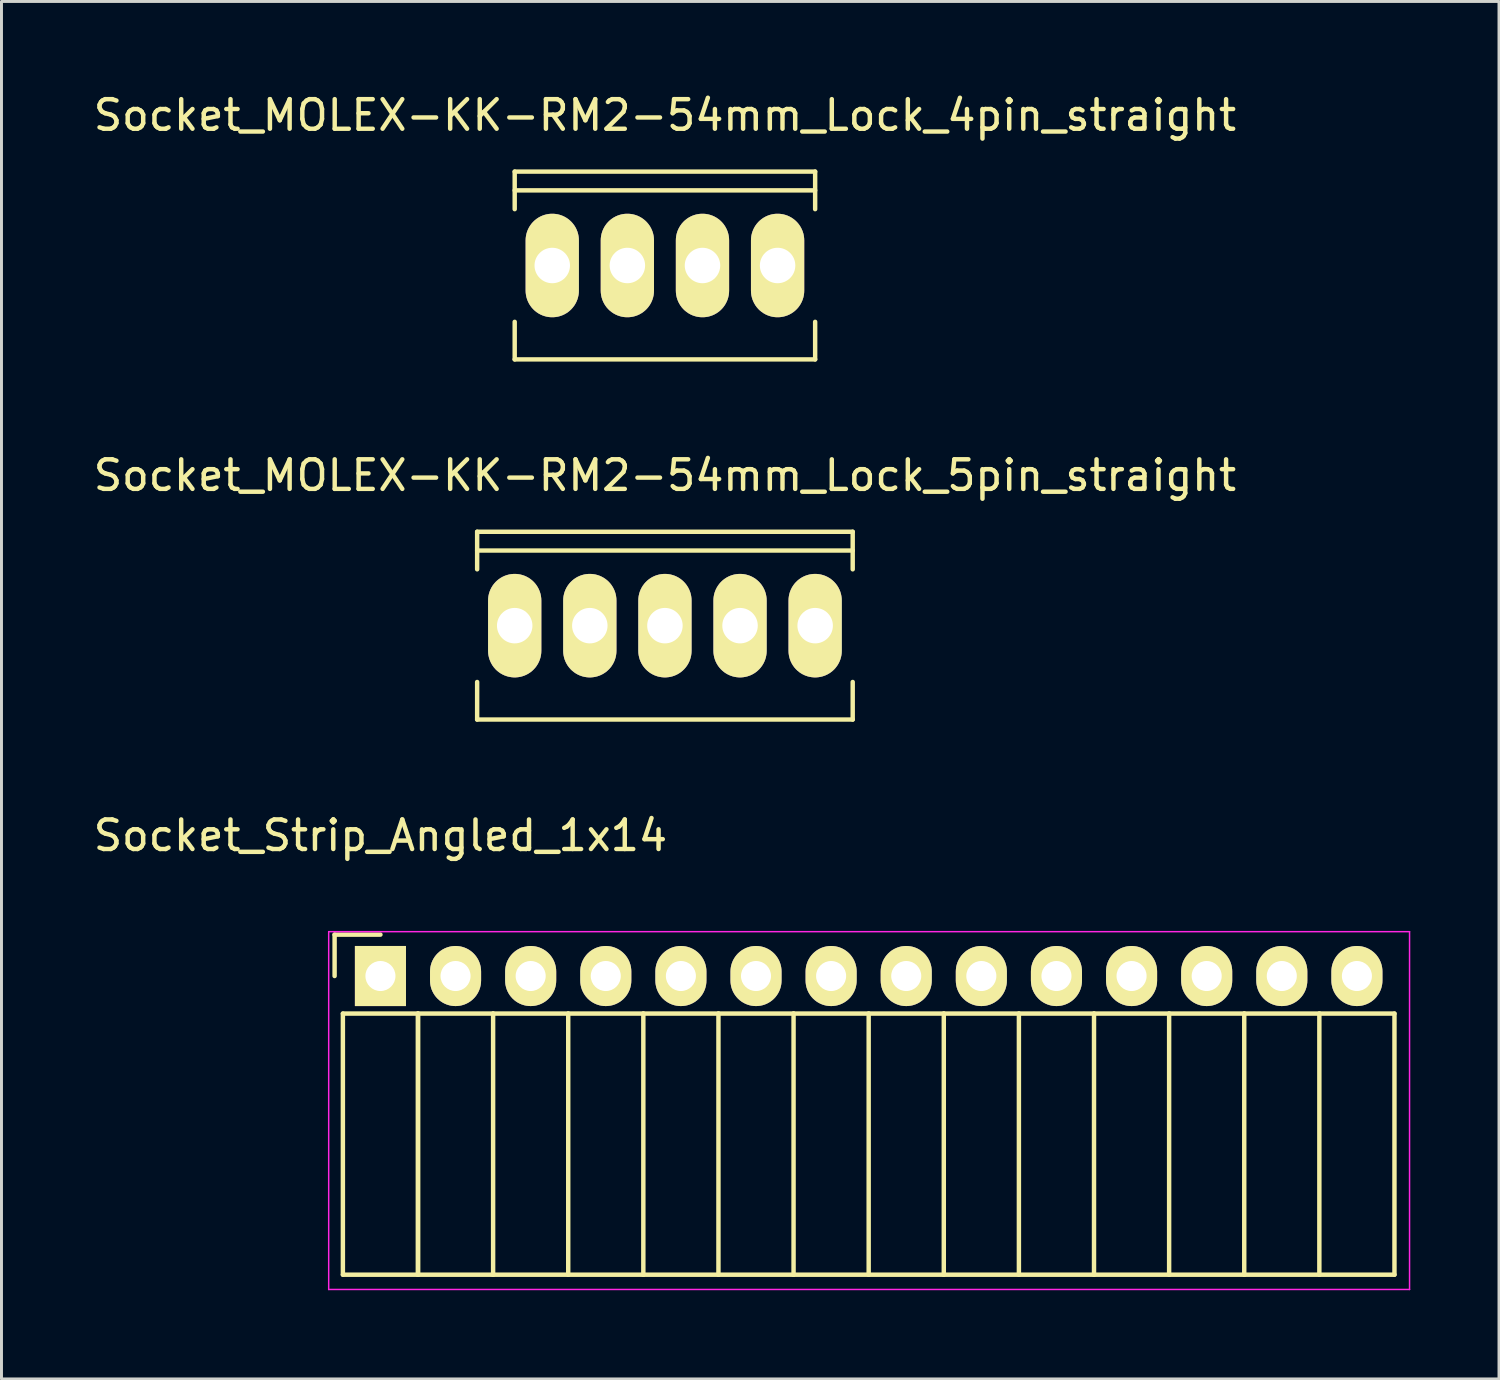
<source format=kicad_pcb>
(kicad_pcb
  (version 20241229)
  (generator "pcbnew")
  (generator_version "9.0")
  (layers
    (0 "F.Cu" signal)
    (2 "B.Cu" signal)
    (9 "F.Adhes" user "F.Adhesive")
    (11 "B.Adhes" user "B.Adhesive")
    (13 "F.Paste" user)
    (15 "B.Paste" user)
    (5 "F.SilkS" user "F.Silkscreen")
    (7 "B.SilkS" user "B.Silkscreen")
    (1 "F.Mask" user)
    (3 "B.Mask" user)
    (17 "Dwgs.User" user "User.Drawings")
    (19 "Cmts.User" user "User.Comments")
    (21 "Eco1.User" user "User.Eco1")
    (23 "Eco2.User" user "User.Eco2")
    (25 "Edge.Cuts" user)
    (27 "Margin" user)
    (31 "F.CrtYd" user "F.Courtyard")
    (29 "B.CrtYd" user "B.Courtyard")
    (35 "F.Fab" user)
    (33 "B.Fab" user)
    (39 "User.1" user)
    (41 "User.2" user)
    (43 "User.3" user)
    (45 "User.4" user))
  (footprint "Socket_MOLEX-KK-RM2-54mm_Lock_5pin_straight"
    (layer "F.Cu")
    (at 19.435 18.107)
    (property "Reference" "Socket_MOLEX-KK-RM2-54mm_Lock_5pin_straight" (at 0 -5.08 0) (layer "F.SilkS") (effects (font (size 1 1) (thickness 0.15))))
    (attr through_hole)
    (fp_line (start -6.35 -3.175) (end 6.35 -3.175) (stroke (width 0.15) (type solid)) (layer "F.SilkS"))
    (fp_line (start -6.35 -1.905) (end -6.35 -3.175) (stroke (width 0.15) (type solid)) (layer "F.SilkS"))
    (fp_line (start -6.35 3.175) (end -6.35 1.905) (stroke (width 0.15) (type solid)) (layer "F.SilkS"))
    (fp_line (start 6.35 -2.54) (end -6.35 -2.54) (stroke (width 0.15) (type solid)) (layer "F.SilkS"))
    (fp_line (start 6.35 -1.905) (end 6.35 -3.175) (stroke (width 0.15) (type solid)) (layer "F.SilkS"))
    (fp_line (start 6.35 3.175) (end -6.35 3.175) (stroke (width 0.15) (type solid)) (layer "F.SilkS"))
    (fp_line (start 6.35 3.175) (end 6.35 1.905) (stroke (width 0.15) (type solid)) (layer "F.SilkS"))
    (pad "1" thru_hole oval (at -5.08 0) (size 1.801 3.5) (drill 1.199) (layers "*.Cu" "*.Mask" "F.SilkS"))
    (pad "2" thru_hole oval (at -2.54 0) (size 1.801 3.5) (drill 1.199) (layers "*.Cu" "*.Mask" "F.SilkS"))
    (pad "3" thru_hole oval (at 0 0) (size 1.801 3.5) (drill 1.199) (layers "*.Cu" "*.Mask" "F.SilkS"))
    (pad "4" thru_hole oval (at 2.54 0) (size 1.801 3.5) (drill 1.199) (layers "*.Cu" "*.Mask" "F.SilkS"))
    (pad "5" thru_hole oval (at 5.08 0) (size 1.801 3.5) (drill 1.199) (layers "*.Cu" "*.Mask" "F.SilkS")))
  (footprint "Socket_Strip_Angled_1x14"
    (layer "F.Cu")
    (at 9.815 29.955)
    (property "Reference" "Socket_Strip_Angled_1x14" (at 0 -4.75 0) (layer "F.SilkS") (effects (font (size 1 1) (thickness 0.15))))
    (attr through_hole)
    (fp_line (start -1.55 -1.4) (end -1.55 0) (stroke (width 0.15) (type solid)) (layer "F.SilkS"))
    (fp_line (start -1.27 1.27) (end -1.27 10.1) (stroke (width 0.15) (type solid)) (layer "F.SilkS"))
    (fp_line (start -1.27 1.27) (end 1.27 1.27) (stroke (width 0.15) (type solid)) (layer "F.SilkS"))
    (fp_line (start -1.27 10.1) (end 1.27 10.1) (stroke (width 0.15) (type solid)) (layer "F.SilkS"))
    (fp_line (start 0 -1.4) (end -1.55 -1.4) (stroke (width 0.15) (type solid)) (layer "F.SilkS"))
    (fp_line (start 1.27 1.27) (end 1.27 10.1) (stroke (width 0.15) (type solid)) (layer "F.SilkS"))
    (fp_line (start 1.27 1.27) (end 3.81 1.27) (stroke (width 0.15) (type solid)) (layer "F.SilkS"))
    (fp_line (start 1.27 10.1) (end 1.27 1.27) (stroke (width 0.15) (type solid)) (layer "F.SilkS"))
    (fp_line (start 1.27 10.1) (end 3.81 10.1) (stroke (width 0.15) (type solid)) (layer "F.SilkS"))
    (fp_line (start 3.81 1.27) (end 6.35 1.27) (stroke (width 0.15) (type solid)) (layer "F.SilkS"))
    (fp_line (start 3.81 10.1) (end 3.81 1.27) (stroke (width 0.15) (type solid)) (layer "F.SilkS"))
    (fp_line (start 3.81 10.1) (end 6.35 10.1) (stroke (width 0.15) (type solid)) (layer "F.SilkS"))
    (fp_line (start 6.35 1.27) (end 8.89 1.27) (stroke (width 0.15) (type solid)) (layer "F.SilkS"))
    (fp_line (start 6.35 10.1) (end 6.35 1.27) (stroke (width 0.15) (type solid)) (layer "F.SilkS"))
    (fp_line (start 6.35 10.1) (end 8.89 10.1) (stroke (width 0.15) (type solid)) (layer "F.SilkS"))
    (fp_line (start 8.89 1.27) (end 11.43 1.27) (stroke (width 0.15) (type solid)) (layer "F.SilkS"))
    (fp_line (start 8.89 10.1) (end 8.89 1.27) (stroke (width 0.15) (type solid)) (layer "F.SilkS"))
    (fp_line (start 8.89 10.1) (end 11.43 10.1) (stroke (width 0.15) (type solid)) (layer "F.SilkS"))
    (fp_line (start 11.43 1.27) (end 13.97 1.27) (stroke (width 0.15) (type solid)) (layer "F.SilkS"))
    (fp_line (start 11.43 10.1) (end 11.43 1.27) (stroke (width 0.15) (type solid)) (layer "F.SilkS"))
    (fp_line (start 11.43 10.1) (end 13.97 10.1) (stroke (width 0.15) (type solid)) (layer "F.SilkS"))
    (fp_line (start 13.97 1.27) (end 16.51 1.27) (stroke (width 0.15) (type solid)) (layer "F.SilkS"))
    (fp_line (start 13.97 10.1) (end 13.97 1.27) (stroke (width 0.15) (type solid)) (layer "F.SilkS"))
    (fp_line (start 13.97 10.1) (end 16.51 10.1) (stroke (width 0.15) (type solid)) (layer "F.SilkS"))
    (fp_line (start 16.51 1.27) (end 19.05 1.27) (stroke (width 0.15) (type solid)) (layer "F.SilkS"))
    (fp_line (start 16.51 10.1) (end 16.51 1.27) (stroke (width 0.15) (type solid)) (layer "F.SilkS"))
    (fp_line (start 16.51 10.1) (end 19.05 10.1) (stroke (width 0.15) (type solid)) (layer "F.SilkS"))
    (fp_line (start 19.05 1.27) (end 21.59 1.27) (stroke (width 0.15) (type solid)) (layer "F.SilkS"))
    (fp_line (start 19.05 10.1) (end 19.05 1.27) (stroke (width 0.15) (type solid)) (layer "F.SilkS"))
    (fp_line (start 19.05 10.1) (end 21.59 10.1) (stroke (width 0.15) (type solid)) (layer "F.SilkS"))
    (fp_line (start 21.59 1.27) (end 24.13 1.27) (stroke (width 0.15) (type solid)) (layer "F.SilkS"))
    (fp_line (start 21.59 10.1) (end 21.59 1.27) (stroke (width 0.15) (type solid)) (layer "F.SilkS"))
    (fp_line (start 21.59 10.1) (end 24.13 10.1) (stroke (width 0.15) (type solid)) (layer "F.SilkS"))
    (fp_line (start 24.13 1.27) (end 26.67 1.27) (stroke (width 0.15) (type solid)) (layer "F.SilkS"))
    (fp_line (start 24.13 10.1) (end 24.13 1.27) (stroke (width 0.15) (type solid)) (layer "F.SilkS"))
    (fp_line (start 24.13 10.1) (end 26.67 10.1) (stroke (width 0.15) (type solid)) (layer "F.SilkS"))
    (fp_line (start 26.67 1.27) (end 29.21 1.27) (stroke (width 0.15) (type solid)) (layer "F.SilkS"))
    (fp_line (start 26.67 10.1) (end 26.67 1.27) (stroke (width 0.15) (type solid)) (layer "F.SilkS"))
    (fp_line (start 26.67 10.1) (end 29.21 10.1) (stroke (width 0.15) (type solid)) (layer "F.SilkS"))
    (fp_line (start 29.21 1.27) (end 31.75 1.27) (stroke (width 0.15) (type solid)) (layer "F.SilkS"))
    (fp_line (start 29.21 10.1) (end 29.21 1.27) (stroke (width 0.15) (type solid)) (layer "F.SilkS"))
    (fp_line (start 29.21 10.1) (end 31.75 10.1) (stroke (width 0.15) (type solid)) (layer "F.SilkS"))
    (fp_line (start 31.75 1.27) (end 34.29 1.27) (stroke (width 0.15) (type solid)) (layer "F.SilkS"))
    (fp_line (start 31.75 10.1) (end 31.75 1.27) (stroke (width 0.15) (type solid)) (layer "F.SilkS"))
    (fp_line (start 31.75 10.1) (end 34.29 10.1) (stroke (width 0.15) (type solid)) (layer "F.SilkS"))
    (fp_line (start 34.29 10.1) (end 34.29 1.27) (stroke (width 0.15) (type solid)) (layer "F.SilkS"))
    (fp_line (start -1.75 -1.5) (end -1.75 10.6) (stroke (width 0.05) (type solid)) (layer "F.CrtYd"))
    (fp_line (start -1.75 -1.5) (end 34.8 -1.5) (stroke (width 0.05) (type solid)) (layer "F.CrtYd"))
    (fp_line (start -1.75 10.6) (end 34.8 10.6) (stroke (width 0.05) (type solid)) (layer "F.CrtYd"))
    (fp_line (start 34.8 -1.5) (end 34.8 10.6) (stroke (width 0.05) (type solid)) (layer "F.CrtYd"))
    (pad "1" thru_hole rect (at 0 0) (size 1.727 2.032) (drill 1.016) (layers "*.Cu" "*.Mask" "F.SilkS"))
    (pad "2" thru_hole oval (at 2.54 0) (size 1.727 2.032) (drill 1.016) (layers "*.Cu" "*.Mask" "F.SilkS"))
    (pad "3" thru_hole oval (at 5.08 0) (size 1.727 2.032) (drill 1.016) (layers "*.Cu" "*.Mask" "F.SilkS"))
    (pad "4" thru_hole oval (at 7.62 0) (size 1.727 2.032) (drill 1.016) (layers "*.Cu" "*.Mask" "F.SilkS"))
    (pad "5" thru_hole oval (at 10.16 0) (size 1.727 2.032) (drill 1.016) (layers "*.Cu" "*.Mask" "F.SilkS"))
    (pad "6" thru_hole oval (at 12.7 0) (size 1.727 2.032) (drill 1.016) (layers "*.Cu" "*.Mask" "F.SilkS"))
    (pad "7" thru_hole oval (at 15.24 0) (size 1.727 2.032) (drill 1.016) (layers "*.Cu" "*.Mask" "F.SilkS"))
    (pad "8" thru_hole oval (at 17.78 0) (size 1.727 2.032) (drill 1.016) (layers "*.Cu" "*.Mask" "F.SilkS"))
    (pad "9" thru_hole oval (at 20.32 0) (size 1.727 2.032) (drill 1.016) (layers "*.Cu" "*.Mask" "F.SilkS"))
    (pad "10" thru_hole oval (at 22.86 0) (size 1.727 2.032) (drill 1.016) (layers "*.Cu" "*.Mask" "F.SilkS"))
    (pad "11" thru_hole oval (at 25.4 0) (size 1.727 2.032) (drill 1.016) (layers "*.Cu" "*.Mask" "F.SilkS"))
    (pad "12" thru_hole oval (at 27.94 0) (size 1.727 2.032) (drill 1.016) (layers "*.Cu" "*.Mask" "F.SilkS"))
    (pad "13" thru_hole oval (at 30.48 0) (size 1.727 2.032) (drill 1.016) (layers "*.Cu" "*.Mask" "F.SilkS"))
    (pad "14" thru_hole oval (at 33.02 0) (size 1.727 2.032) (drill 1.016) (layers "*.Cu" "*.Mask" "F.SilkS")))
  (footprint "Socket_MOLEX-KK-RM2-54mm_Lock_4pin_straight"
    (layer "F.Cu")
    (at 19.435 5.928)
    (property "Reference" "Socket_MOLEX-KK-RM2-54mm_Lock_4pin_straight" (at 0 -5.08 0) (layer "F.SilkS") (effects (font (size 1 1) (thickness 0.15))))
    (attr through_hole)
    (fp_line (start -5.08 -3.175) (end 5.08 -3.175) (stroke (width 0.15) (type solid)) (layer "F.SilkS"))
    (fp_line (start -5.08 -1.905) (end -5.08 -3.175) (stroke (width 0.15) (type solid)) (layer "F.SilkS"))
    (fp_line (start -5.08 3.175) (end -5.08 1.905) (stroke (width 0.15) (type solid)) (layer "F.SilkS"))
    (fp_line (start 5.08 -3.175) (end 5.08 -1.905) (stroke (width 0.15) (type solid)) (layer "F.SilkS"))
    (fp_line (start 5.08 -2.54) (end -5.08 -2.54) (stroke (width 0.15) (type solid)) (layer "F.SilkS"))
    (fp_line (start 5.08 1.905) (end 5.08 3.175) (stroke (width 0.15) (type solid)) (layer "F.SilkS"))
    (fp_line (start 5.08 3.175) (end -5.08 3.175) (stroke (width 0.15) (type solid)) (layer "F.SilkS"))
    (pad "1" thru_hole oval (at -3.81 0) (size 1.801 3.5) (drill 1.199) (layers "*.Cu" "*.Mask" "F.SilkS"))
    (pad "2" thru_hole oval (at -1.27 0) (size 1.801 3.5) (drill 1.199) (layers "*.Cu" "*.Mask" "F.SilkS"))
    (pad "3" thru_hole oval (at 1.27 0) (size 1.801 3.5) (drill 1.199) (layers "*.Cu" "*.Mask" "F.SilkS"))
    (pad "4" thru_hole oval (at 3.81 0) (size 1.801 3.5) (drill 1.199) (layers "*.Cu" "*.Mask" "F.SilkS")))
  (gr_rect
    (start -3 -3)
    (end 47.64 43.58)
    (stroke (width 0.1) (type default))
    (fill no)
    (layer "Edge.Cuts")))
</source>
